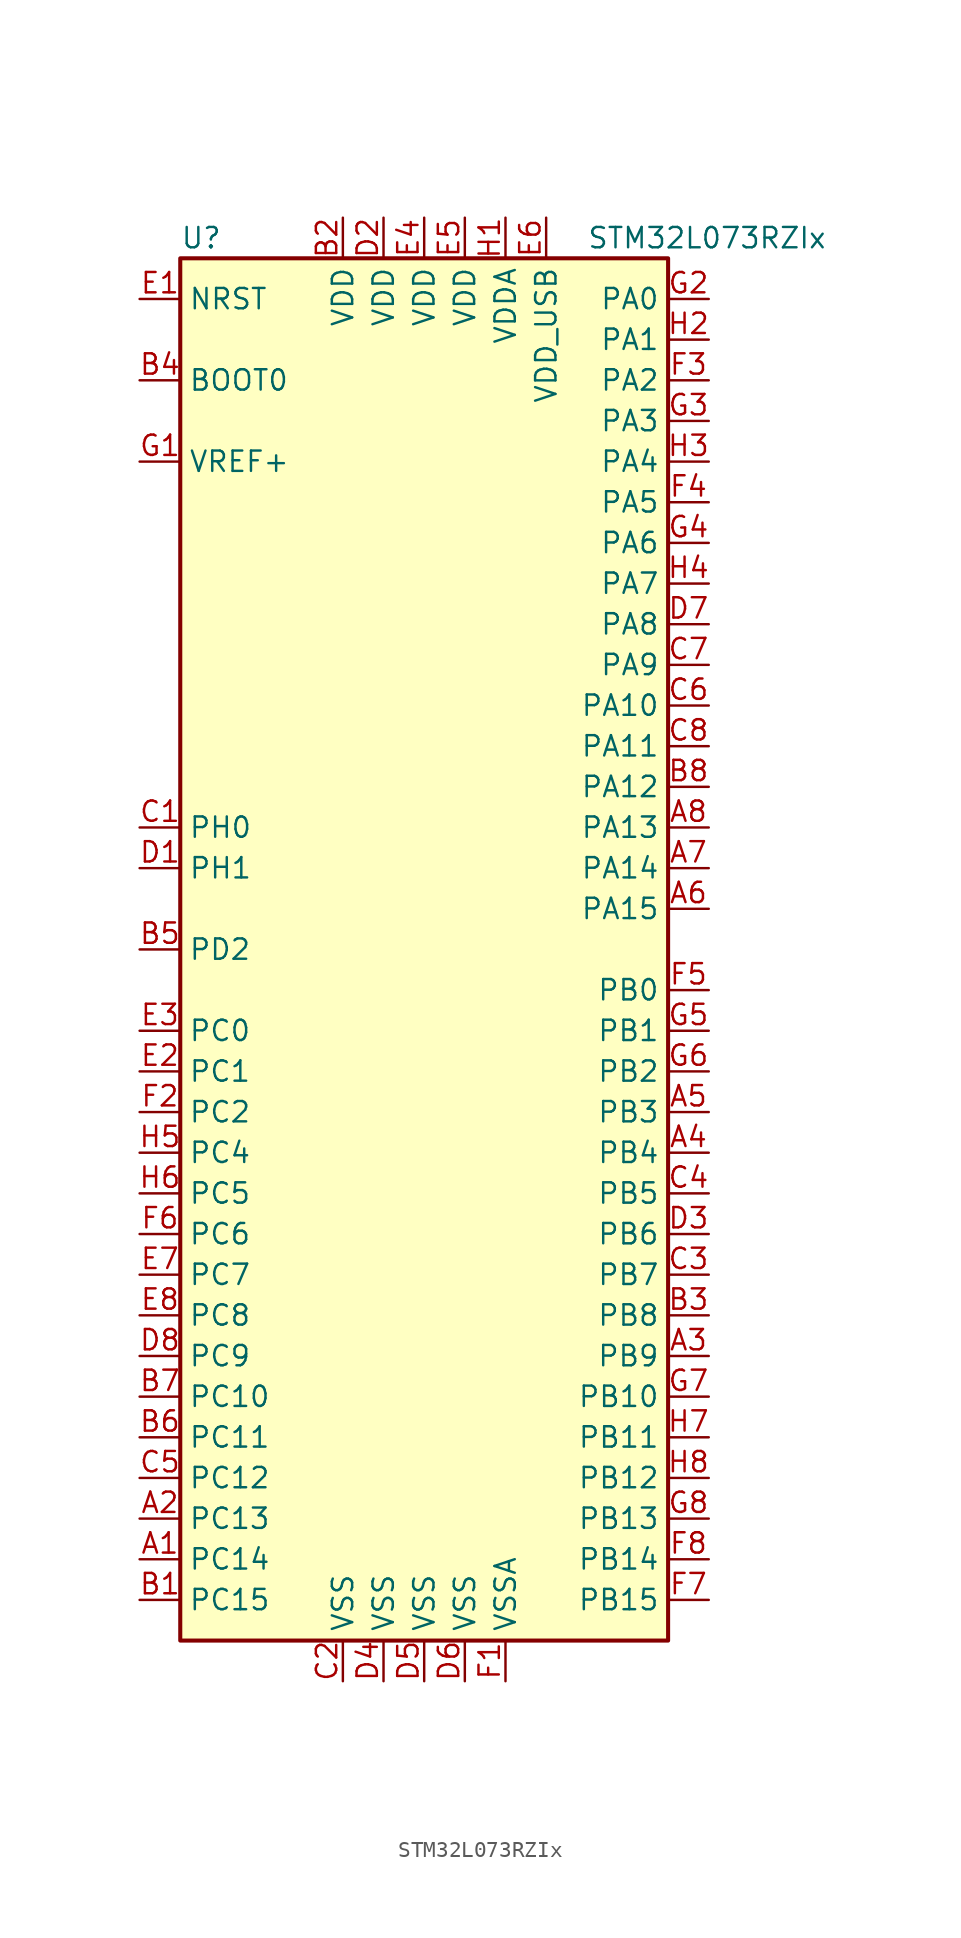
<source format=kicad_sym>
(kicad_symbol_lib
  (version 20201005)
  (generator kicad_symbol_editor)
  (symbol "STM32L073RZIx"
    (property "Reference" "U"
      (at -15.24 44.45 0)
      (effects (font (size 1.27 1.27)) (justify left)))
    (property "Value" "STM32L073RZIx"
      (at 10.16 44.45 0)
      (effects (font (size 1.27 1.27)) (justify left)))
    (symbol "STM32L073RZIx_0_1"
      (rectangle (start -15.24 -43.18) (end 15.24 43.18) (stroke (width 0.254)) (fill (type background))))
    (symbol "STM32L073RZIx_1_1"
      (pin bidirectional line (at -17.78 -38.1 0) (length 2.54) (name "PC14" (effects (font (size 1.27 1.27)))) (number "A1" (effects (font (size 1.27 1.27)))))
      (pin bidirectional line (at -17.78 -35.56 0) (length 2.54) (name "PC13" (effects (font (size 1.27 1.27)))) (number "A2" (effects (font (size 1.27 1.27)))))
      (pin bidirectional line (at 17.78 -25.4 180) (length 2.54) (name "PB9" (effects (font (size 1.27 1.27)))) (number "A3" (effects (font (size 1.27 1.27)))))
      (pin bidirectional line (at 17.78 -12.7 180) (length 2.54) (name "PB4" (effects (font (size 1.27 1.27)))) (number "A4" (effects (font (size 1.27 1.27)))))
      (pin bidirectional line (at 17.78 -10.16 180) (length 2.54) (name "PB3" (effects (font (size 1.27 1.27)))) (number "A5" (effects (font (size 1.27 1.27)))))
      (pin bidirectional line (at 17.78 2.54 180) (length 2.54) (name "PA15" (effects (font (size 1.27 1.27)))) (number "A6" (effects (font (size 1.27 1.27)))))
      (pin bidirectional line (at 17.78 5.08 180) (length 2.54) (name "PA14" (effects (font (size 1.27 1.27)))) (number "A7" (effects (font (size 1.27 1.27)))))
      (pin bidirectional line (at 17.78 7.62 180) (length 2.54) (name "PA13" (effects (font (size 1.27 1.27)))) (number "A8" (effects (font (size 1.27 1.27)))))
      (pin bidirectional line (at -17.78 -40.64 0) (length 2.54) (name "PC15" (effects (font (size 1.27 1.27)))) (number "B1" (effects (font (size 1.27 1.27)))))
      (pin power_in line (at -5.08 45.72 270) (length 2.54) (name "VDD" (effects (font (size 1.27 1.27)))) (number "B2" (effects (font (size 1.27 1.27)))))
      (pin bidirectional line (at 17.78 -22.86 180) (length 2.54) (name "PB8" (effects (font (size 1.27 1.27)))) (number "B3" (effects (font (size 1.27 1.27)))))
      (pin input line (at -17.78 35.56 0) (length 2.54) (name "BOOT0" (effects (font (size 1.27 1.27)))) (number "B4" (effects (font (size 1.27 1.27)))))
      (pin bidirectional line (at -17.78 0 0) (length 2.54) (name "PD2" (effects (font (size 1.27 1.27)))) (number "B5" (effects (font (size 1.27 1.27)))))
      (pin bidirectional line (at -17.78 -30.48 0) (length 2.54) (name "PC11" (effects (font (size 1.27 1.27)))) (number "B6" (effects (font (size 1.27 1.27)))))
      (pin bidirectional line (at -17.78 -27.94 0) (length 2.54) (name "PC10" (effects (font (size 1.27 1.27)))) (number "B7" (effects (font (size 1.27 1.27)))))
      (pin bidirectional line (at 17.78 10.16 180) (length 2.54) (name "PA12" (effects (font (size 1.27 1.27)))) (number "B8" (effects (font (size 1.27 1.27)))))
      (pin input line (at -17.78 7.62 0) (length 2.54) (name "PH0" (effects (font (size 1.27 1.27)))) (number "C1" (effects (font (size 1.27 1.27)))))
      (pin power_in line (at -5.08 -45.72 90) (length 2.54) (name "VSS" (effects (font (size 1.27 1.27)))) (number "C2" (effects (font (size 1.27 1.27)))))
      (pin bidirectional line (at 17.78 -20.32 180) (length 2.54) (name "PB7" (effects (font (size 1.27 1.27)))) (number "C3" (effects (font (size 1.27 1.27)))))
      (pin bidirectional line (at 17.78 -15.24 180) (length 2.54) (name "PB5" (effects (font (size 1.27 1.27)))) (number "C4" (effects (font (size 1.27 1.27)))))
      (pin bidirectional line (at -17.78 -33.02 0) (length 2.54) (name "PC12" (effects (font (size 1.27 1.27)))) (number "C5" (effects (font (size 1.27 1.27)))))
      (pin bidirectional line (at 17.78 15.24 180) (length 2.54) (name "PA10" (effects (font (size 1.27 1.27)))) (number "C6" (effects (font (size 1.27 1.27)))))
      (pin bidirectional line (at 17.78 17.78 180) (length 2.54) (name "PA9" (effects (font (size 1.27 1.27)))) (number "C7" (effects (font (size 1.27 1.27)))))
      (pin bidirectional line (at 17.78 12.7 180) (length 2.54) (name "PA11" (effects (font (size 1.27 1.27)))) (number "C8" (effects (font (size 1.27 1.27)))))
      (pin input line (at -17.78 5.08 0) (length 2.54) (name "PH1" (effects (font (size 1.27 1.27)))) (number "D1" (effects (font (size 1.27 1.27)))))
      (pin power_in line (at -2.54 45.72 270) (length 2.54) (name "VDD" (effects (font (size 1.27 1.27)))) (number "D2" (effects (font (size 1.27 1.27)))))
      (pin bidirectional line (at 17.78 -17.78 180) (length 2.54) (name "PB6" (effects (font (size 1.27 1.27)))) (number "D3" (effects (font (size 1.27 1.27)))))
      (pin power_in line (at -2.54 -45.72 90) (length 2.54) (name "VSS" (effects (font (size 1.27 1.27)))) (number "D4" (effects (font (size 1.27 1.27)))))
      (pin power_in line (at 0 -45.72 90) (length 2.54) (name "VSS" (effects (font (size 1.27 1.27)))) (number "D5" (effects (font (size 1.27 1.27)))))
      (pin power_in line (at 2.54 -45.72 90) (length 2.54) (name "VSS" (effects (font (size 1.27 1.27)))) (number "D6" (effects (font (size 1.27 1.27)))))
      (pin bidirectional line (at 17.78 20.32 180) (length 2.54) (name "PA8" (effects (font (size 1.27 1.27)))) (number "D7" (effects (font (size 1.27 1.27)))))
      (pin bidirectional line (at -17.78 -25.4 0) (length 2.54) (name "PC9" (effects (font (size 1.27 1.27)))) (number "D8" (effects (font (size 1.27 1.27)))))
      (pin input line (at -17.78 40.64 0) (length 2.54) (name "NRST" (effects (font (size 1.27 1.27)))) (number "E1" (effects (font (size 1.27 1.27)))))
      (pin bidirectional line (at -17.78 -7.62 0) (length 2.54) (name "PC1" (effects (font (size 1.27 1.27)))) (number "E2" (effects (font (size 1.27 1.27)))))
      (pin bidirectional line (at -17.78 -5.08 0) (length 2.54) (name "PC0" (effects (font (size 1.27 1.27)))) (number "E3" (effects (font (size 1.27 1.27)))))
      (pin power_in line (at 0 45.72 270) (length 2.54) (name "VDD" (effects (font (size 1.27 1.27)))) (number "E4" (effects (font (size 1.27 1.27)))))
      (pin power_in line (at 2.54 45.72 270) (length 2.54) (name "VDD" (effects (font (size 1.27 1.27)))) (number "E5" (effects (font (size 1.27 1.27)))))
      (pin power_in line (at 7.62 45.72 270) (length 2.54) (name "VDD_USB" (effects (font (size 1.27 1.27)))) (number "E6" (effects (font (size 1.27 1.27)))))
      (pin bidirectional line (at -17.78 -20.32 0) (length 2.54) (name "PC7" (effects (font (size 1.27 1.27)))) (number "E7" (effects (font (size 1.27 1.27)))))
      (pin bidirectional line (at -17.78 -22.86 0) (length 2.54) (name "PC8" (effects (font (size 1.27 1.27)))) (number "E8" (effects (font (size 1.27 1.27)))))
      (pin power_in line (at 5.08 -45.72 90) (length 2.54) (name "VSSA" (effects (font (size 1.27 1.27)))) (number "F1" (effects (font (size 1.27 1.27)))))
      (pin bidirectional line (at -17.78 -10.16 0) (length 2.54) (name "PC2" (effects (font (size 1.27 1.27)))) (number "F2" (effects (font (size 1.27 1.27)))))
      (pin bidirectional line (at 17.78 35.56 180) (length 2.54) (name "PA2" (effects (font (size 1.27 1.27)))) (number "F3" (effects (font (size 1.27 1.27)))))
      (pin bidirectional line (at 17.78 27.94 180) (length 2.54) (name "PA5" (effects (font (size 1.27 1.27)))) (number "F4" (effects (font (size 1.27 1.27)))))
      (pin bidirectional line (at 17.78 -2.54 180) (length 2.54) (name "PB0" (effects (font (size 1.27 1.27)))) (number "F5" (effects (font (size 1.27 1.27)))))
      (pin bidirectional line (at -17.78 -17.78 0) (length 2.54) (name "PC6" (effects (font (size 1.27 1.27)))) (number "F6" (effects (font (size 1.27 1.27)))))
      (pin bidirectional line (at 17.78 -40.64 180) (length 2.54) (name "PB15" (effects (font (size 1.27 1.27)))) (number "F7" (effects (font (size 1.27 1.27)))))
      (pin bidirectional line (at 17.78 -38.1 180) (length 2.54) (name "PB14" (effects (font (size 1.27 1.27)))) (number "F8" (effects (font (size 1.27 1.27)))))
      (pin power_in line (at -17.78 30.48 0) (length 2.54) (name "VREF+" (effects (font (size 1.27 1.27)))) (number "G1" (effects (font (size 1.27 1.27)))))
      (pin bidirectional line (at 17.78 40.64 180) (length 2.54) (name "PA0" (effects (font (size 1.27 1.27)))) (number "G2" (effects (font (size 1.27 1.27)))))
      (pin bidirectional line (at 17.78 33.02 180) (length 2.54) (name "PA3" (effects (font (size 1.27 1.27)))) (number "G3" (effects (font (size 1.27 1.27)))))
      (pin bidirectional line (at 17.78 25.4 180) (length 2.54) (name "PA6" (effects (font (size 1.27 1.27)))) (number "G4" (effects (font (size 1.27 1.27)))))
      (pin bidirectional line (at 17.78 -5.08 180) (length 2.54) (name "PB1" (effects (font (size 1.27 1.27)))) (number "G5" (effects (font (size 1.27 1.27)))))
      (pin bidirectional line (at 17.78 -7.62 180) (length 2.54) (name "PB2" (effects (font (size 1.27 1.27)))) (number "G6" (effects (font (size 1.27 1.27)))))
      (pin bidirectional line (at 17.78 -27.94 180) (length 2.54) (name "PB10" (effects (font (size 1.27 1.27)))) (number "G7" (effects (font (size 1.27 1.27)))))
      (pin bidirectional line (at 17.78 -35.56 180) (length 2.54) (name "PB13" (effects (font (size 1.27 1.27)))) (number "G8" (effects (font (size 1.27 1.27)))))
      (pin power_in line (at 5.08 45.72 270) (length 2.54) (name "VDDA" (effects (font (size 1.27 1.27)))) (number "H1" (effects (font (size 1.27 1.27)))))
      (pin bidirectional line (at 17.78 38.1 180) (length 2.54) (name "PA1" (effects (font (size 1.27 1.27)))) (number "H2" (effects (font (size 1.27 1.27)))))
      (pin bidirectional line (at 17.78 30.48 180) (length 2.54) (name "PA4" (effects (font (size 1.27 1.27)))) (number "H3" (effects (font (size 1.27 1.27)))))
      (pin bidirectional line (at 17.78 22.86 180) (length 2.54) (name "PA7" (effects (font (size 1.27 1.27)))) (number "H4" (effects (font (size 1.27 1.27)))))
      (pin bidirectional line (at -17.78 -12.7 0) (length 2.54) (name "PC4" (effects (font (size 1.27 1.27)))) (number "H5" (effects (font (size 1.27 1.27)))))
      (pin bidirectional line (at -17.78 -15.24 0) (length 2.54) (name "PC5" (effects (font (size 1.27 1.27)))) (number "H6" (effects (font (size 1.27 1.27)))))
      (pin bidirectional line (at 17.78 -30.48 180) (length 2.54) (name "PB11" (effects (font (size 1.27 1.27)))) (number "H7" (effects (font (size 1.27 1.27)))))
      (pin bidirectional line (at 17.78 -33.02 180) (length 2.54) (name "PB12" (effects (font (size 1.27 1.27)))) (number "H8" (effects (font (size 1.27 1.27))))))))
</source>
